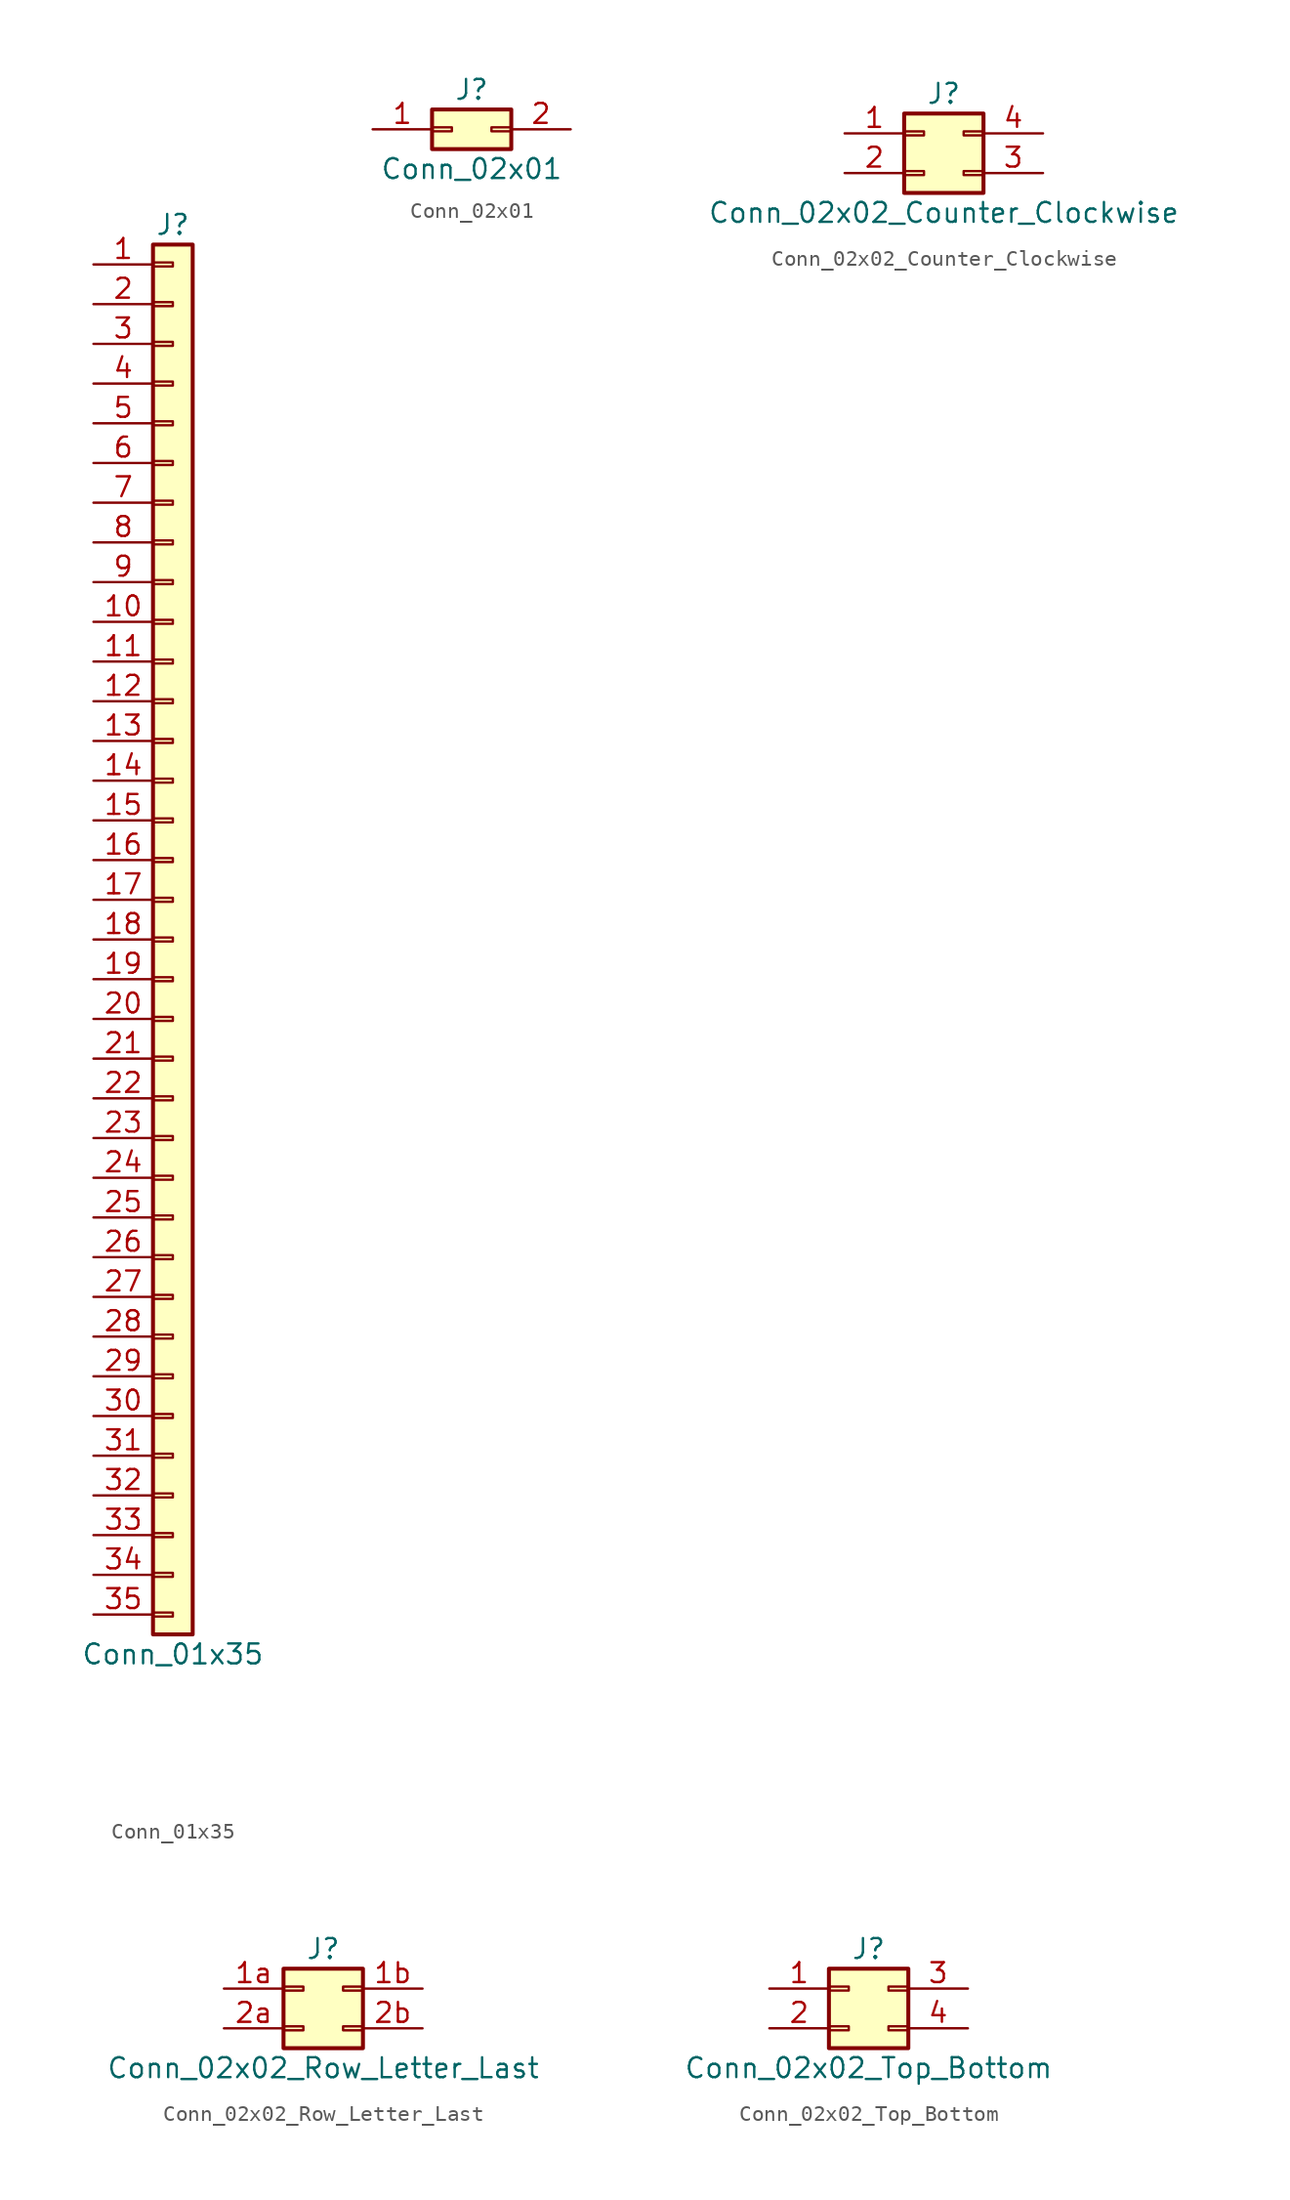
<source format=kicad_sym>
(kicad_symbol_lib
  (version 20201005)
  (generator kicad_symbol_editor)
  (symbol "Connector_Generic:Conn_01x35"
    (pin_names
      (offset 1.016) hide)
    (property "Reference" "J"
      (at 0 45.72 0)
      (effects (font (size 1.27 1.27))))
    (property "Value" "Conn_01x35"
      (at 0 -45.72 0)
      (effects (font (size 1.27 1.27))))
    (symbol "Conn_01x35_1_1"
      (rectangle (start -1.27 -27.813) (end 0 -28.067) (stroke (width 0.152)) (fill (type none)))
      (rectangle (start -1.27 -30.353) (end 0 -30.607) (stroke (width 0.152)) (fill (type none)))
      (rectangle (start -1.27 -32.893) (end 0 -33.147) (stroke (width 0.152)) (fill (type none)))
      (rectangle (start -1.27 -35.433) (end 0 -35.687) (stroke (width 0.152)) (fill (type none)))
      (rectangle (start -1.27 -37.973) (end 0 -38.227) (stroke (width 0.152)) (fill (type none)))
      (rectangle (start -1.27 -40.513) (end 0 -40.767) (stroke (width 0.152)) (fill (type none)))
      (rectangle (start -1.27 -43.053) (end 0 -43.307) (stroke (width 0.152)) (fill (type none)))
      (rectangle (start -1.27 -4.953) (end 0 -5.207) (stroke (width 0.152)) (fill (type none)))
      (rectangle (start -1.27 -7.493) (end 0 -7.747) (stroke (width 0.152)) (fill (type none)))
      (rectangle (start -1.27 -10.033) (end 0 -10.287) (stroke (width 0.152)) (fill (type none)))
      (rectangle (start -1.27 -12.573) (end 0 -12.827) (stroke (width 0.152)) (fill (type none)))
      (rectangle (start -1.27 -15.113) (end 0 -15.367) (stroke (width 0.152)) (fill (type none)))
      (rectangle (start -1.27 -17.653) (end 0 -17.907) (stroke (width 0.152)) (fill (type none)))
      (rectangle (start -1.27 -20.193) (end 0 -20.447) (stroke (width 0.152)) (fill (type none)))
      (rectangle (start -1.27 -22.733) (end 0 -22.987) (stroke (width 0.152)) (fill (type none)))
      (rectangle (start -1.27 -2.413) (end 0 -2.667) (stroke (width 0.152)) (fill (type none)))
      (rectangle (start -1.27 -25.273) (end 0 -25.527) (stroke (width 0.152)) (fill (type none)))
      (rectangle (start -1.27 25.527) (end 0 25.273) (stroke (width 0.152)) (fill (type none)))
      (rectangle (start -1.27 2.667) (end 0 2.413) (stroke (width 0.152)) (fill (type none)))
      (rectangle (start -1.27 28.067) (end 0 27.813) (stroke (width 0.152)) (fill (type none)))
      (rectangle (start -1.27 30.607) (end 0 30.353) (stroke (width 0.152)) (fill (type none)))
      (rectangle (start -1.27 33.147) (end 0 32.893) (stroke (width 0.152)) (fill (type none)))
      (rectangle (start -1.27 35.687) (end 0 35.433) (stroke (width 0.152)) (fill (type none)))
      (rectangle (start -1.27 38.227) (end 0 37.973) (stroke (width 0.152)) (fill (type none)))
      (rectangle (start -1.27 40.767) (end 0 40.513) (stroke (width 0.152)) (fill (type none)))
      (rectangle (start -1.27 43.307) (end 0 43.053) (stroke (width 0.152)) (fill (type none)))
      (rectangle (start -1.27 44.45) (end 1.27 -44.45) (stroke (width 0.254)) (fill (type background)))
      (rectangle (start -1.27 5.207) (end 0 4.953) (stroke (width 0.152)) (fill (type none)))
      (rectangle (start -1.27 7.747) (end 0 7.493) (stroke (width 0.152)) (fill (type none)))
      (rectangle (start -1.27 10.287) (end 0 10.033) (stroke (width 0.152)) (fill (type none)))
      (rectangle (start -1.27 0.127) (end 0 -0.127) (stroke (width 0.152)) (fill (type none)))
      (rectangle (start -1.27 12.827) (end 0 12.573) (stroke (width 0.152)) (fill (type none)))
      (rectangle (start -1.27 15.367) (end 0 15.113) (stroke (width 0.152)) (fill (type none)))
      (rectangle (start -1.27 17.907) (end 0 17.653) (stroke (width 0.152)) (fill (type none)))
      (rectangle (start -1.27 20.447) (end 0 20.193) (stroke (width 0.152)) (fill (type none)))
      (rectangle (start -1.27 22.987) (end 0 22.733) (stroke (width 0.152)) (fill (type none)))
      (pin passive line (at -5.08 43.18 0) (length 3.81) (name "Pin_1" (effects (font (size 1.27 1.27)))) (number "1" (effects (font (size 1.27 1.27)))))
      (pin passive line (at -5.08 20.32 0) (length 3.81) (name "Pin_10" (effects (font (size 1.27 1.27)))) (number "10" (effects (font (size 1.27 1.27)))))
      (pin passive line (at -5.08 17.78 0) (length 3.81) (name "Pin_11" (effects (font (size 1.27 1.27)))) (number "11" (effects (font (size 1.27 1.27)))))
      (pin passive line (at -5.08 15.24 0) (length 3.81) (name "Pin_12" (effects (font (size 1.27 1.27)))) (number "12" (effects (font (size 1.27 1.27)))))
      (pin passive line (at -5.08 12.7 0) (length 3.81) (name "Pin_13" (effects (font (size 1.27 1.27)))) (number "13" (effects (font (size 1.27 1.27)))))
      (pin passive line (at -5.08 10.16 0) (length 3.81) (name "Pin_14" (effects (font (size 1.27 1.27)))) (number "14" (effects (font (size 1.27 1.27)))))
      (pin passive line (at -5.08 7.62 0) (length 3.81) (name "Pin_15" (effects (font (size 1.27 1.27)))) (number "15" (effects (font (size 1.27 1.27)))))
      (pin passive line (at -5.08 5.08 0) (length 3.81) (name "Pin_16" (effects (font (size 1.27 1.27)))) (number "16" (effects (font (size 1.27 1.27)))))
      (pin passive line (at -5.08 2.54 0) (length 3.81) (name "Pin_17" (effects (font (size 1.27 1.27)))) (number "17" (effects (font (size 1.27 1.27)))))
      (pin passive line (at -5.08 0 0) (length 3.81) (name "Pin_18" (effects (font (size 1.27 1.27)))) (number "18" (effects (font (size 1.27 1.27)))))
      (pin passive line (at -5.08 -2.54 0) (length 3.81) (name "Pin_19" (effects (font (size 1.27 1.27)))) (number "19" (effects (font (size 1.27 1.27)))))
      (pin passive line (at -5.08 40.64 0) (length 3.81) (name "Pin_2" (effects (font (size 1.27 1.27)))) (number "2" (effects (font (size 1.27 1.27)))))
      (pin passive line (at -5.08 -5.08 0) (length 3.81) (name "Pin_20" (effects (font (size 1.27 1.27)))) (number "20" (effects (font (size 1.27 1.27)))))
      (pin passive line (at -5.08 -7.62 0) (length 3.81) (name "Pin_21" (effects (font (size 1.27 1.27)))) (number "21" (effects (font (size 1.27 1.27)))))
      (pin passive line (at -5.08 -10.16 0) (length 3.81) (name "Pin_22" (effects (font (size 1.27 1.27)))) (number "22" (effects (font (size 1.27 1.27)))))
      (pin passive line (at -5.08 -12.7 0) (length 3.81) (name "Pin_23" (effects (font (size 1.27 1.27)))) (number "23" (effects (font (size 1.27 1.27)))))
      (pin passive line (at -5.08 -15.24 0) (length 3.81) (name "Pin_24" (effects (font (size 1.27 1.27)))) (number "24" (effects (font (size 1.27 1.27)))))
      (pin passive line (at -5.08 -17.78 0) (length 3.81) (name "Pin_25" (effects (font (size 1.27 1.27)))) (number "25" (effects (font (size 1.27 1.27)))))
      (pin passive line (at -5.08 -20.32 0) (length 3.81) (name "Pin_26" (effects (font (size 1.27 1.27)))) (number "26" (effects (font (size 1.27 1.27)))))
      (pin passive line (at -5.08 -22.86 0) (length 3.81) (name "Pin_27" (effects (font (size 1.27 1.27)))) (number "27" (effects (font (size 1.27 1.27)))))
      (pin passive line (at -5.08 -25.4 0) (length 3.81) (name "Pin_28" (effects (font (size 1.27 1.27)))) (number "28" (effects (font (size 1.27 1.27)))))
      (pin passive line (at -5.08 -27.94 0) (length 3.81) (name "Pin_29" (effects (font (size 1.27 1.27)))) (number "29" (effects (font (size 1.27 1.27)))))
      (pin passive line (at -5.08 38.1 0) (length 3.81) (name "Pin_3" (effects (font (size 1.27 1.27)))) (number "3" (effects (font (size 1.27 1.27)))))
      (pin passive line (at -5.08 -30.48 0) (length 3.81) (name "Pin_30" (effects (font (size 1.27 1.27)))) (number "30" (effects (font (size 1.27 1.27)))))
      (pin passive line (at -5.08 -33.02 0) (length 3.81) (name "Pin_31" (effects (font (size 1.27 1.27)))) (number "31" (effects (font (size 1.27 1.27)))))
      (pin passive line (at -5.08 -35.56 0) (length 3.81) (name "Pin_32" (effects (font (size 1.27 1.27)))) (number "32" (effects (font (size 1.27 1.27)))))
      (pin passive line (at -5.08 -38.1 0) (length 3.81) (name "Pin_33" (effects (font (size 1.27 1.27)))) (number "33" (effects (font (size 1.27 1.27)))))
      (pin passive line (at -5.08 -40.64 0) (length 3.81) (name "Pin_34" (effects (font (size 1.27 1.27)))) (number "34" (effects (font (size 1.27 1.27)))))
      (pin passive line (at -5.08 -43.18 0) (length 3.81) (name "Pin_35" (effects (font (size 1.27 1.27)))) (number "35" (effects (font (size 1.27 1.27)))))
      (pin passive line (at -5.08 35.56 0) (length 3.81) (name "Pin_4" (effects (font (size 1.27 1.27)))) (number "4" (effects (font (size 1.27 1.27)))))
      (pin passive line (at -5.08 33.02 0) (length 3.81) (name "Pin_5" (effects (font (size 1.27 1.27)))) (number "5" (effects (font (size 1.27 1.27)))))
      (pin passive line (at -5.08 30.48 0) (length 3.81) (name "Pin_6" (effects (font (size 1.27 1.27)))) (number "6" (effects (font (size 1.27 1.27)))))
      (pin passive line (at -5.08 27.94 0) (length 3.81) (name "Pin_7" (effects (font (size 1.27 1.27)))) (number "7" (effects (font (size 1.27 1.27)))))
      (pin passive line (at -5.08 25.4 0) (length 3.81) (name "Pin_8" (effects (font (size 1.27 1.27)))) (number "8" (effects (font (size 1.27 1.27)))))
      (pin passive line (at -5.08 22.86 0) (length 3.81) (name "Pin_9" (effects (font (size 1.27 1.27)))) (number "9" (effects (font (size 1.27 1.27)))))))
  (symbol "Connector_Generic:Conn_02x01"
    (pin_names
      (offset 1.016) hide)
    (property "Reference" "J"
      (at 1.27 2.54 0)
      (effects (font (size 1.27 1.27))))
    (property "Value" "Conn_02x01"
      (at 1.27 -2.54 0)
      (effects (font (size 1.27 1.27))))
    (symbol "Conn_02x01_1_1"
      (rectangle (start -1.27 0.127) (end 0 -0.127) (stroke (width 0.152)) (fill (type none)))
      (rectangle (start -1.27 1.27) (end 3.81 -1.27) (stroke (width 0.254)) (fill (type background)))
      (rectangle (start 3.81 0.127) (end 2.54 -0.127) (stroke (width 0.152)) (fill (type none)))
      (pin passive line (at -5.08 0 0) (length 3.81) (name "Pin_1" (effects (font (size 1.27 1.27)))) (number "1" (effects (font (size 1.27 1.27)))))
      (pin passive line (at 7.62 0 180) (length 3.81) (name "Pin_2" (effects (font (size 1.27 1.27)))) (number "2" (effects (font (size 1.27 1.27)))))))
  (symbol "Connector_Generic:Conn_02x02_Counter_Clockwise"
    (pin_names
      (offset 1.016) hide)
    (property "Reference" "J"
      (at 1.27 2.54 0)
      (effects (font (size 1.27 1.27))))
    (property "Value" "Conn_02x02_Counter_Clockwise"
      (at 1.27 -5.08 0)
      (effects (font (size 1.27 1.27))))
    (symbol "Conn_02x02_Counter_Clockwise_1_1"
      (rectangle (start -1.27 -2.413) (end 0 -2.667) (stroke (width 0.152)) (fill (type none)))
      (rectangle (start -1.27 0.127) (end 0 -0.127) (stroke (width 0.152)) (fill (type none)))
      (rectangle (start -1.27 1.27) (end 3.81 -3.81) (stroke (width 0.254)) (fill (type background)))
      (rectangle (start 3.81 -2.413) (end 2.54 -2.667) (stroke (width 0.152)) (fill (type none)))
      (rectangle (start 3.81 0.127) (end 2.54 -0.127) (stroke (width 0.152)) (fill (type none)))
      (pin passive line (at -5.08 0 0) (length 3.81) (name "Pin_1" (effects (font (size 1.27 1.27)))) (number "1" (effects (font (size 1.27 1.27)))))
      (pin passive line (at -5.08 -2.54 0) (length 3.81) (name "Pin_2" (effects (font (size 1.27 1.27)))) (number "2" (effects (font (size 1.27 1.27)))))
      (pin passive line (at 7.62 -2.54 180) (length 3.81) (name "Pin_3" (effects (font (size 1.27 1.27)))) (number "3" (effects (font (size 1.27 1.27)))))
      (pin passive line (at 7.62 0 180) (length 3.81) (name "Pin_4" (effects (font (size 1.27 1.27)))) (number "4" (effects (font (size 1.27 1.27)))))))
  (symbol "Connector_Generic:Conn_02x02_Row_Letter_Last"
    (pin_names
      (offset 1.016) hide)
    (property "Reference" "J"
      (at 1.27 2.54 0)
      (effects (font (size 1.27 1.27))))
    (property "Value" "Conn_02x02_Row_Letter_Last"
      (at 1.27 -5.08 0)
      (effects (font (size 1.27 1.27))))
    (symbol "Conn_02x02_Row_Letter_Last_1_1"
      (rectangle (start -1.27 -2.413) (end 0 -2.667) (stroke (width 0.152)) (fill (type none)))
      (rectangle (start -1.27 0.127) (end 0 -0.127) (stroke (width 0.152)) (fill (type none)))
      (rectangle (start -1.27 1.27) (end 3.81 -3.81) (stroke (width 0.254)) (fill (type background)))
      (rectangle (start 3.81 -2.413) (end 2.54 -2.667) (stroke (width 0.152)) (fill (type none)))
      (rectangle (start 3.81 0.127) (end 2.54 -0.127) (stroke (width 0.152)) (fill (type none)))
      (pin passive line (at -5.08 0 0) (length 3.81) (name "Pin_1a" (effects (font (size 1.27 1.27)))) (number "1a" (effects (font (size 1.27 1.27)))))
      (pin passive line (at 7.62 0 180) (length 3.81) (name "Pin_1b" (effects (font (size 1.27 1.27)))) (number "1b" (effects (font (size 1.27 1.27)))))
      (pin passive line (at -5.08 -2.54 0) (length 3.81) (name "Pin_2a" (effects (font (size 1.27 1.27)))) (number "2a" (effects (font (size 1.27 1.27)))))
      (pin passive line (at 7.62 -2.54 180) (length 3.81) (name "Pin_2b" (effects (font (size 1.27 1.27)))) (number "2b" (effects (font (size 1.27 1.27)))))))
  (symbol "Connector_Generic:Conn_02x02_Top_Bottom"
    (pin_names
      (offset 1.016) hide)
    (property "Reference" "J"
      (at 1.27 2.54 0)
      (effects (font (size 1.27 1.27))))
    (property "Value" "Conn_02x02_Top_Bottom"
      (at 1.27 -5.08 0)
      (effects (font (size 1.27 1.27))))
    (symbol "Conn_02x02_Top_Bottom_1_1"
      (rectangle (start -1.27 -2.413) (end 0 -2.667) (stroke (width 0.152)) (fill (type none)))
      (rectangle (start -1.27 0.127) (end 0 -0.127) (stroke (width 0.152)) (fill (type none)))
      (rectangle (start -1.27 1.27) (end 3.81 -3.81) (stroke (width 0.254)) (fill (type background)))
      (rectangle (start 3.81 -2.413) (end 2.54 -2.667) (stroke (width 0.152)) (fill (type none)))
      (rectangle (start 3.81 0.127) (end 2.54 -0.127) (stroke (width 0.152)) (fill (type none)))
      (pin passive line (at -5.08 0 0) (length 3.81) (name "Pin_1" (effects (font (size 1.27 1.27)))) (number "1" (effects (font (size 1.27 1.27)))))
      (pin passive line (at -5.08 -2.54 0) (length 3.81) (name "Pin_2" (effects (font (size 1.27 1.27)))) (number "2" (effects (font (size 1.27 1.27)))))
      (pin passive line (at 7.62 0 180) (length 3.81) (name "Pin_3" (effects (font (size 1.27 1.27)))) (number "3" (effects (font (size 1.27 1.27)))))
      (pin passive line (at 7.62 -2.54 180) (length 3.81) (name "Pin_4" (effects (font (size 1.27 1.27)))) (number "4" (effects (font (size 1.27 1.27))))))))
</source>
